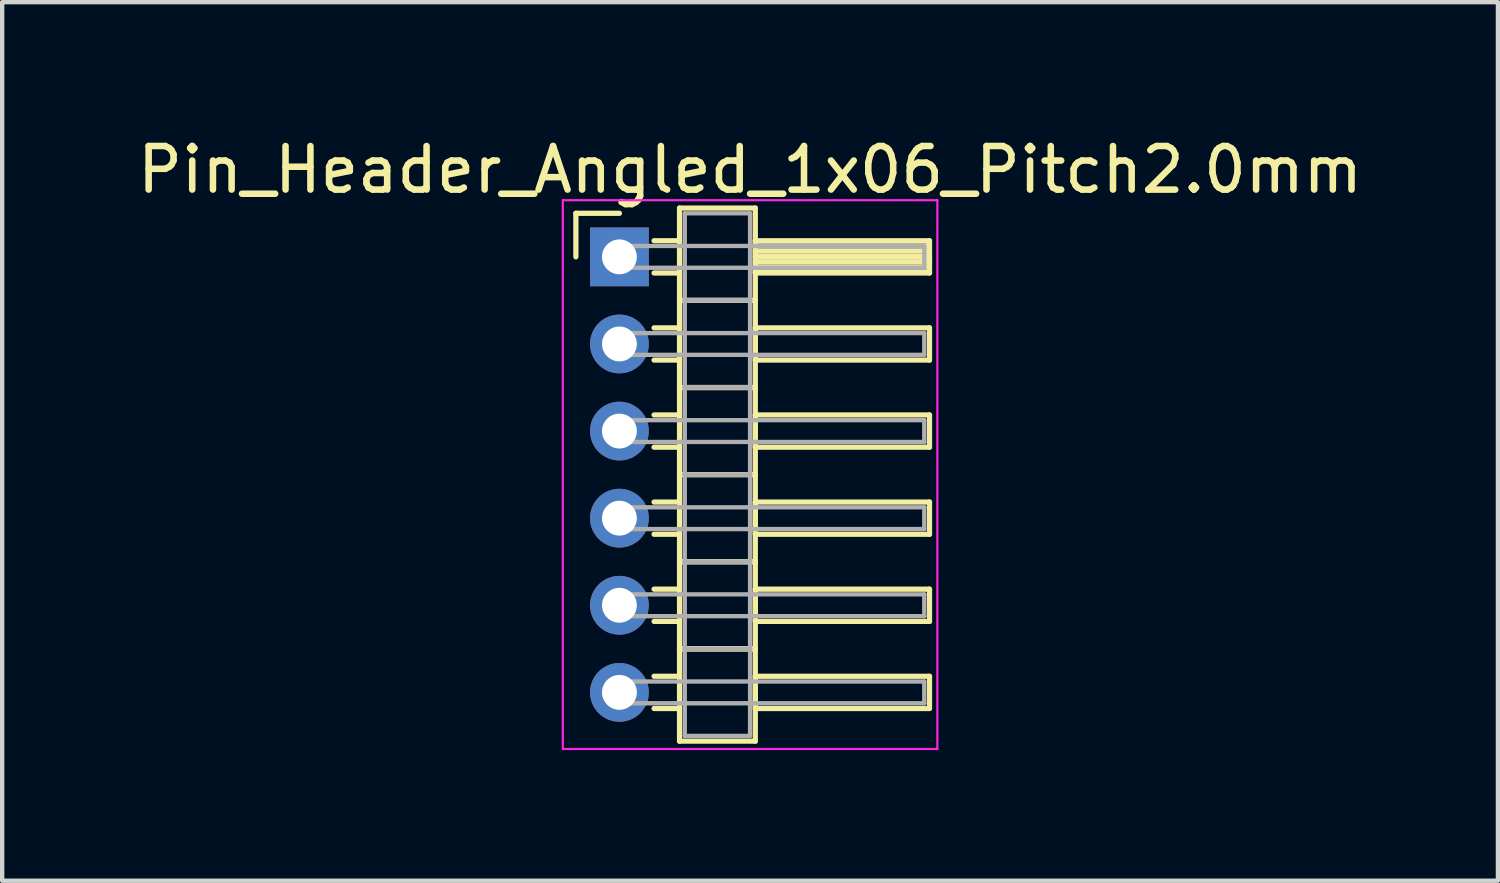
<source format=kicad_pcb>
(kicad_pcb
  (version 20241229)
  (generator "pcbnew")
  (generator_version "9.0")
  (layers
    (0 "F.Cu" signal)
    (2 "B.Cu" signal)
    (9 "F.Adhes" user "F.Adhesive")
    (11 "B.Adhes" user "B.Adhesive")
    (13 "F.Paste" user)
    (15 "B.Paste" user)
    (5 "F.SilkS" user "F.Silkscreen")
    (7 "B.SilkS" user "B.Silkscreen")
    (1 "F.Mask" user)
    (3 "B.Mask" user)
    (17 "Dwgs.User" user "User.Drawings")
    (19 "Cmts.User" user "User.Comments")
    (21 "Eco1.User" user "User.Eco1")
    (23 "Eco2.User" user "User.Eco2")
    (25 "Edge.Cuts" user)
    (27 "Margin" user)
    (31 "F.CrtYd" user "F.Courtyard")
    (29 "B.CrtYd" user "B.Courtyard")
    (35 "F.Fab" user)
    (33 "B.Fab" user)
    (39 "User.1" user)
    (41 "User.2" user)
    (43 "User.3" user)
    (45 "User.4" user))
  (footprint "Pin_Header_Angled_1x06_Pitch2.0mm"
    (layer "F.Cu")
    (at 11.173 2.848)
    (property "Reference" "Pin_Header_Angled_1x06_Pitch2.0mm" (at 3 -2 0) (layer "F.SilkS") (effects (font (size 1 1) (thickness 0.15))))
    (attr through_hole)
    (fp_line (start -1 -1) (end 0 -1) (stroke (width 0.12) (type solid)) (layer "F.SilkS"))
    (fp_line (start -1 0) (end -1 -1) (stroke (width 0.12) (type solid)) (layer "F.SilkS"))
    (fp_line (start 0.795 -0.37) (end 1.38 -0.37) (stroke (width 0.12) (type solid)) (layer "F.SilkS"))
    (fp_line (start 0.795 0.37) (end 1.38 0.37) (stroke (width 0.12) (type solid)) (layer "F.SilkS"))
    (fp_line (start 0.795 1.63) (end 1.38 1.63) (stroke (width 0.12) (type solid)) (layer "F.SilkS"))
    (fp_line (start 0.795 2.37) (end 1.38 2.37) (stroke (width 0.12) (type solid)) (layer "F.SilkS"))
    (fp_line (start 0.795 3.63) (end 1.38 3.63) (stroke (width 0.12) (type solid)) (layer "F.SilkS"))
    (fp_line (start 0.795 4.37) (end 1.38 4.37) (stroke (width 0.12) (type solid)) (layer "F.SilkS"))
    (fp_line (start 0.795 5.63) (end 1.38 5.63) (stroke (width 0.12) (type solid)) (layer "F.SilkS"))
    (fp_line (start 0.795 6.37) (end 1.38 6.37) (stroke (width 0.12) (type solid)) (layer "F.SilkS"))
    (fp_line (start 0.795 7.63) (end 1.38 7.63) (stroke (width 0.12) (type solid)) (layer "F.SilkS"))
    (fp_line (start 0.795 8.37) (end 1.38 8.37) (stroke (width 0.12) (type solid)) (layer "F.SilkS"))
    (fp_line (start 0.795 9.63) (end 1.38 9.63) (stroke (width 0.12) (type solid)) (layer "F.SilkS"))
    (fp_line (start 0.795 10.37) (end 1.38 10.37) (stroke (width 0.12) (type solid)) (layer "F.SilkS"))
    (fp_line (start 1.38 -1.12) (end 1.38 1) (stroke (width 0.12) (type solid)) (layer "F.SilkS"))
    (fp_line (start 1.38 1) (end 1.38 3) (stroke (width 0.12) (type solid)) (layer "F.SilkS"))
    (fp_line (start 1.38 1) (end 3.12 1) (stroke (width 0.12) (type solid)) (layer "F.SilkS"))
    (fp_line (start 1.38 3) (end 1.38 5) (stroke (width 0.12) (type solid)) (layer "F.SilkS"))
    (fp_line (start 1.38 3) (end 3.12 3) (stroke (width 0.12) (type solid)) (layer "F.SilkS"))
    (fp_line (start 1.38 5) (end 1.38 7) (stroke (width 0.12) (type solid)) (layer "F.SilkS"))
    (fp_line (start 1.38 5) (end 3.12 5) (stroke (width 0.12) (type solid)) (layer "F.SilkS"))
    (fp_line (start 1.38 7) (end 1.38 9) (stroke (width 0.12) (type solid)) (layer "F.SilkS"))
    (fp_line (start 1.38 7) (end 3.12 7) (stroke (width 0.12) (type solid)) (layer "F.SilkS"))
    (fp_line (start 1.38 9) (end 1.38 11.12) (stroke (width 0.12) (type solid)) (layer "F.SilkS"))
    (fp_line (start 1.38 9) (end 3.12 9) (stroke (width 0.12) (type solid)) (layer "F.SilkS"))
    (fp_line (start 1.38 11.12) (end 3.12 11.12) (stroke (width 0.12) (type solid)) (layer "F.SilkS"))
    (fp_line (start 3.12 -1.12) (end 1.38 -1.12) (stroke (width 0.12) (type solid)) (layer "F.SilkS"))
    (fp_line (start 3.12 -0.37) (end 3.12 0.37) (stroke (width 0.12) (type solid)) (layer "F.SilkS"))
    (fp_line (start 3.12 -0.25) (end 7.12 -0.25) (stroke (width 0.12) (type solid)) (layer "F.SilkS"))
    (fp_line (start 3.12 -0.13) (end 7.12 -0.13) (stroke (width 0.12) (type solid)) (layer "F.SilkS"))
    (fp_line (start 3.12 -0.01) (end 7.12 -0.01) (stroke (width 0.12) (type solid)) (layer "F.SilkS"))
    (fp_line (start 3.12 0.11) (end 7.12 0.11) (stroke (width 0.12) (type solid)) (layer "F.SilkS"))
    (fp_line (start 3.12 0.23) (end 7.12 0.23) (stroke (width 0.12) (type solid)) (layer "F.SilkS"))
    (fp_line (start 3.12 0.35) (end 7.12 0.35) (stroke (width 0.12) (type solid)) (layer "F.SilkS"))
    (fp_line (start 3.12 0.37) (end 7.12 0.37) (stroke (width 0.12) (type solid)) (layer "F.SilkS"))
    (fp_line (start 3.12 1) (end 1.38 1) (stroke (width 0.12) (type solid)) (layer "F.SilkS"))
    (fp_line (start 3.12 1) (end 3.12 -1.12) (stroke (width 0.12) (type solid)) (layer "F.SilkS"))
    (fp_line (start 3.12 1.63) (end 3.12 2.37) (stroke (width 0.12) (type solid)) (layer "F.SilkS"))
    (fp_line (start 3.12 2.37) (end 7.12 2.37) (stroke (width 0.12) (type solid)) (layer "F.SilkS"))
    (fp_line (start 3.12 3) (end 1.38 3) (stroke (width 0.12) (type solid)) (layer "F.SilkS"))
    (fp_line (start 3.12 3) (end 3.12 1) (stroke (width 0.12) (type solid)) (layer "F.SilkS"))
    (fp_line (start 3.12 3.63) (end 3.12 4.37) (stroke (width 0.12) (type solid)) (layer "F.SilkS"))
    (fp_line (start 3.12 4.37) (end 7.12 4.37) (stroke (width 0.12) (type solid)) (layer "F.SilkS"))
    (fp_line (start 3.12 5) (end 1.38 5) (stroke (width 0.12) (type solid)) (layer "F.SilkS"))
    (fp_line (start 3.12 5) (end 3.12 3) (stroke (width 0.12) (type solid)) (layer "F.SilkS"))
    (fp_line (start 3.12 5.63) (end 3.12 6.37) (stroke (width 0.12) (type solid)) (layer "F.SilkS"))
    (fp_line (start 3.12 6.37) (end 7.12 6.37) (stroke (width 0.12) (type solid)) (layer "F.SilkS"))
    (fp_line (start 3.12 7) (end 1.38 7) (stroke (width 0.12) (type solid)) (layer "F.SilkS"))
    (fp_line (start 3.12 7) (end 3.12 5) (stroke (width 0.12) (type solid)) (layer "F.SilkS"))
    (fp_line (start 3.12 7.63) (end 3.12 8.37) (stroke (width 0.12) (type solid)) (layer "F.SilkS"))
    (fp_line (start 3.12 8.37) (end 7.12 8.37) (stroke (width 0.12) (type solid)) (layer "F.SilkS"))
    (fp_line (start 3.12 9) (end 1.38 9) (stroke (width 0.12) (type solid)) (layer "F.SilkS"))
    (fp_line (start 3.12 9) (end 3.12 7) (stroke (width 0.12) (type solid)) (layer "F.SilkS"))
    (fp_line (start 3.12 9.63) (end 3.12 10.37) (stroke (width 0.12) (type solid)) (layer "F.SilkS"))
    (fp_line (start 3.12 10.37) (end 7.12 10.37) (stroke (width 0.12) (type solid)) (layer "F.SilkS"))
    (fp_line (start 3.12 11.12) (end 3.12 9) (stroke (width 0.12) (type solid)) (layer "F.SilkS"))
    (fp_line (start 7.12 -0.37) (end 3.12 -0.37) (stroke (width 0.12) (type solid)) (layer "F.SilkS"))
    (fp_line (start 7.12 0.37) (end 7.12 -0.37) (stroke (width 0.12) (type solid)) (layer "F.SilkS"))
    (fp_line (start 7.12 1.63) (end 3.12 1.63) (stroke (width 0.12) (type solid)) (layer "F.SilkS"))
    (fp_line (start 7.12 2.37) (end 7.12 1.63) (stroke (width 0.12) (type solid)) (layer "F.SilkS"))
    (fp_line (start 7.12 3.63) (end 3.12 3.63) (stroke (width 0.12) (type solid)) (layer "F.SilkS"))
    (fp_line (start 7.12 4.37) (end 7.12 3.63) (stroke (width 0.12) (type solid)) (layer "F.SilkS"))
    (fp_line (start 7.12 5.63) (end 3.12 5.63) (stroke (width 0.12) (type solid)) (layer "F.SilkS"))
    (fp_line (start 7.12 6.37) (end 7.12 5.63) (stroke (width 0.12) (type solid)) (layer "F.SilkS"))
    (fp_line (start 7.12 7.63) (end 3.12 7.63) (stroke (width 0.12) (type solid)) (layer "F.SilkS"))
    (fp_line (start 7.12 8.37) (end 7.12 7.63) (stroke (width 0.12) (type solid)) (layer "F.SilkS"))
    (fp_line (start 7.12 9.63) (end 3.12 9.63) (stroke (width 0.12) (type solid)) (layer "F.SilkS"))
    (fp_line (start 7.12 10.37) (end 7.12 9.63) (stroke (width 0.12) (type solid)) (layer "F.SilkS"))
    (fp_line (start -1.3 -1.3) (end -1.3 11.3) (stroke (width 0.05) (type solid)) (layer "F.CrtYd"))
    (fp_line (start -1.3 11.3) (end 7.3 11.3) (stroke (width 0.05) (type solid)) (layer "F.CrtYd"))
    (fp_line (start 7.3 -1.3) (end -1.3 -1.3) (stroke (width 0.05) (type solid)) (layer "F.CrtYd"))
    (fp_line (start 7.3 11.3) (end 7.3 -1.3) (stroke (width 0.05) (type solid)) (layer "F.CrtYd"))
    (fp_line (start 0 -0.25) (end 0 0.25) (stroke (width 0.1) (type solid)) (layer "F.Fab"))
    (fp_line (start 0 0.25) (end 7 0.25) (stroke (width 0.1) (type solid)) (layer "F.Fab"))
    (fp_line (start 0 1.75) (end 0 2.25) (stroke (width 0.1) (type solid)) (layer "F.Fab"))
    (fp_line (start 0 2.25) (end 7 2.25) (stroke (width 0.1) (type solid)) (layer "F.Fab"))
    (fp_line (start 0 3.75) (end 0 4.25) (stroke (width 0.1) (type solid)) (layer "F.Fab"))
    (fp_line (start 0 4.25) (end 7 4.25) (stroke (width 0.1) (type solid)) (layer "F.Fab"))
    (fp_line (start 0 5.75) (end 0 6.25) (stroke (width 0.1) (type solid)) (layer "F.Fab"))
    (fp_line (start 0 6.25) (end 7 6.25) (stroke (width 0.1) (type solid)) (layer "F.Fab"))
    (fp_line (start 0 7.75) (end 0 8.25) (stroke (width 0.1) (type solid)) (layer "F.Fab"))
    (fp_line (start 0 8.25) (end 7 8.25) (stroke (width 0.1) (type solid)) (layer "F.Fab"))
    (fp_line (start 0 9.75) (end 0 10.25) (stroke (width 0.1) (type solid)) (layer "F.Fab"))
    (fp_line (start 0 10.25) (end 7 10.25) (stroke (width 0.1) (type solid)) (layer "F.Fab"))
    (fp_line (start 1.5 -1) (end 1.5 1) (stroke (width 0.1) (type solid)) (layer "F.Fab"))
    (fp_line (start 1.5 1) (end 1.5 3) (stroke (width 0.1) (type solid)) (layer "F.Fab"))
    (fp_line (start 1.5 1) (end 3 1) (stroke (width 0.1) (type solid)) (layer "F.Fab"))
    (fp_line (start 1.5 3) (end 1.5 5) (stroke (width 0.1) (type solid)) (layer "F.Fab"))
    (fp_line (start 1.5 3) (end 3 3) (stroke (width 0.1) (type solid)) (layer "F.Fab"))
    (fp_line (start 1.5 5) (end 1.5 7) (stroke (width 0.1) (type solid)) (layer "F.Fab"))
    (fp_line (start 1.5 5) (end 3 5) (stroke (width 0.1) (type solid)) (layer "F.Fab"))
    (fp_line (start 1.5 7) (end 1.5 9) (stroke (width 0.1) (type solid)) (layer "F.Fab"))
    (fp_line (start 1.5 7) (end 3 7) (stroke (width 0.1) (type solid)) (layer "F.Fab"))
    (fp_line (start 1.5 9) (end 1.5 11) (stroke (width 0.1) (type solid)) (layer "F.Fab"))
    (fp_line (start 1.5 9) (end 3 9) (stroke (width 0.1) (type solid)) (layer "F.Fab"))
    (fp_line (start 1.5 11) (end 3 11) (stroke (width 0.1) (type solid)) (layer "F.Fab"))
    (fp_line (start 3 -1) (end 1.5 -1) (stroke (width 0.1) (type solid)) (layer "F.Fab"))
    (fp_line (start 3 1) (end 1.5 1) (stroke (width 0.1) (type solid)) (layer "F.Fab"))
    (fp_line (start 3 1) (end 3 -1) (stroke (width 0.1) (type solid)) (layer "F.Fab"))
    (fp_line (start 3 3) (end 1.5 3) (stroke (width 0.1) (type solid)) (layer "F.Fab"))
    (fp_line (start 3 3) (end 3 1) (stroke (width 0.1) (type solid)) (layer "F.Fab"))
    (fp_line (start 3 5) (end 1.5 5) (stroke (width 0.1) (type solid)) (layer "F.Fab"))
    (fp_line (start 3 5) (end 3 3) (stroke (width 0.1) (type solid)) (layer "F.Fab"))
    (fp_line (start 3 7) (end 1.5 7) (stroke (width 0.1) (type solid)) (layer "F.Fab"))
    (fp_line (start 3 7) (end 3 5) (stroke (width 0.1) (type solid)) (layer "F.Fab"))
    (fp_line (start 3 9) (end 1.5 9) (stroke (width 0.1) (type solid)) (layer "F.Fab"))
    (fp_line (start 3 9) (end 3 7) (stroke (width 0.1) (type solid)) (layer "F.Fab"))
    (fp_line (start 3 11) (end 3 9) (stroke (width 0.1) (type solid)) (layer "F.Fab"))
    (fp_line (start 7 -0.25) (end 0 -0.25) (stroke (width 0.1) (type solid)) (layer "F.Fab"))
    (fp_line (start 7 0.25) (end 7 -0.25) (stroke (width 0.1) (type solid)) (layer "F.Fab"))
    (fp_line (start 7 1.75) (end 0 1.75) (stroke (width 0.1) (type solid)) (layer "F.Fab"))
    (fp_line (start 7 2.25) (end 7 1.75) (stroke (width 0.1) (type solid)) (layer "F.Fab"))
    (fp_line (start 7 3.75) (end 0 3.75) (stroke (width 0.1) (type solid)) (layer "F.Fab"))
    (fp_line (start 7 4.25) (end 7 3.75) (stroke (width 0.1) (type solid)) (layer "F.Fab"))
    (fp_line (start 7 5.75) (end 0 5.75) (stroke (width 0.1) (type solid)) (layer "F.Fab"))
    (fp_line (start 7 6.25) (end 7 5.75) (stroke (width 0.1) (type solid)) (layer "F.Fab"))
    (fp_line (start 7 7.75) (end 0 7.75) (stroke (width 0.1) (type solid)) (layer "F.Fab"))
    (fp_line (start 7 8.25) (end 7 7.75) (stroke (width 0.1) (type solid)) (layer "F.Fab"))
    (fp_line (start 7 9.75) (end 0 9.75) (stroke (width 0.1) (type solid)) (layer "F.Fab"))
    (fp_line (start 7 10.25) (end 7 9.75) (stroke (width 0.1) (type solid)) (layer "F.Fab"))
    (pad "1" thru_hole rect (at 0 0) (size 1.35 1.35) (drill 0.8) (layers "*.Cu" "*.Mask"))
    (pad "2" thru_hole oval (at 0 2) (size 1.35 1.35) (drill 0.8) (layers "*.Cu" "*.Mask"))
    (pad "3" thru_hole oval (at 0 4) (size 1.35 1.35) (drill 0.8) (layers "*.Cu" "*.Mask"))
    (pad "4" thru_hole oval (at 0 6) (size 1.35 1.35) (drill 0.8) (layers "*.Cu" "*.Mask"))
    (pad "5" thru_hole oval (at 0 8) (size 1.35 1.35) (drill 0.8) (layers "*.Cu" "*.Mask"))
    (pad "6" thru_hole oval (at 0 10) (size 1.35 1.35) (drill 0.8) (layers "*.Cu" "*.Mask")))
  (gr_rect
    (start -3 -3)
    (end 31.345 17.173)
    (stroke (width 0.1) (type default))
    (fill no)
    (layer "Edge.Cuts")))
</source>
